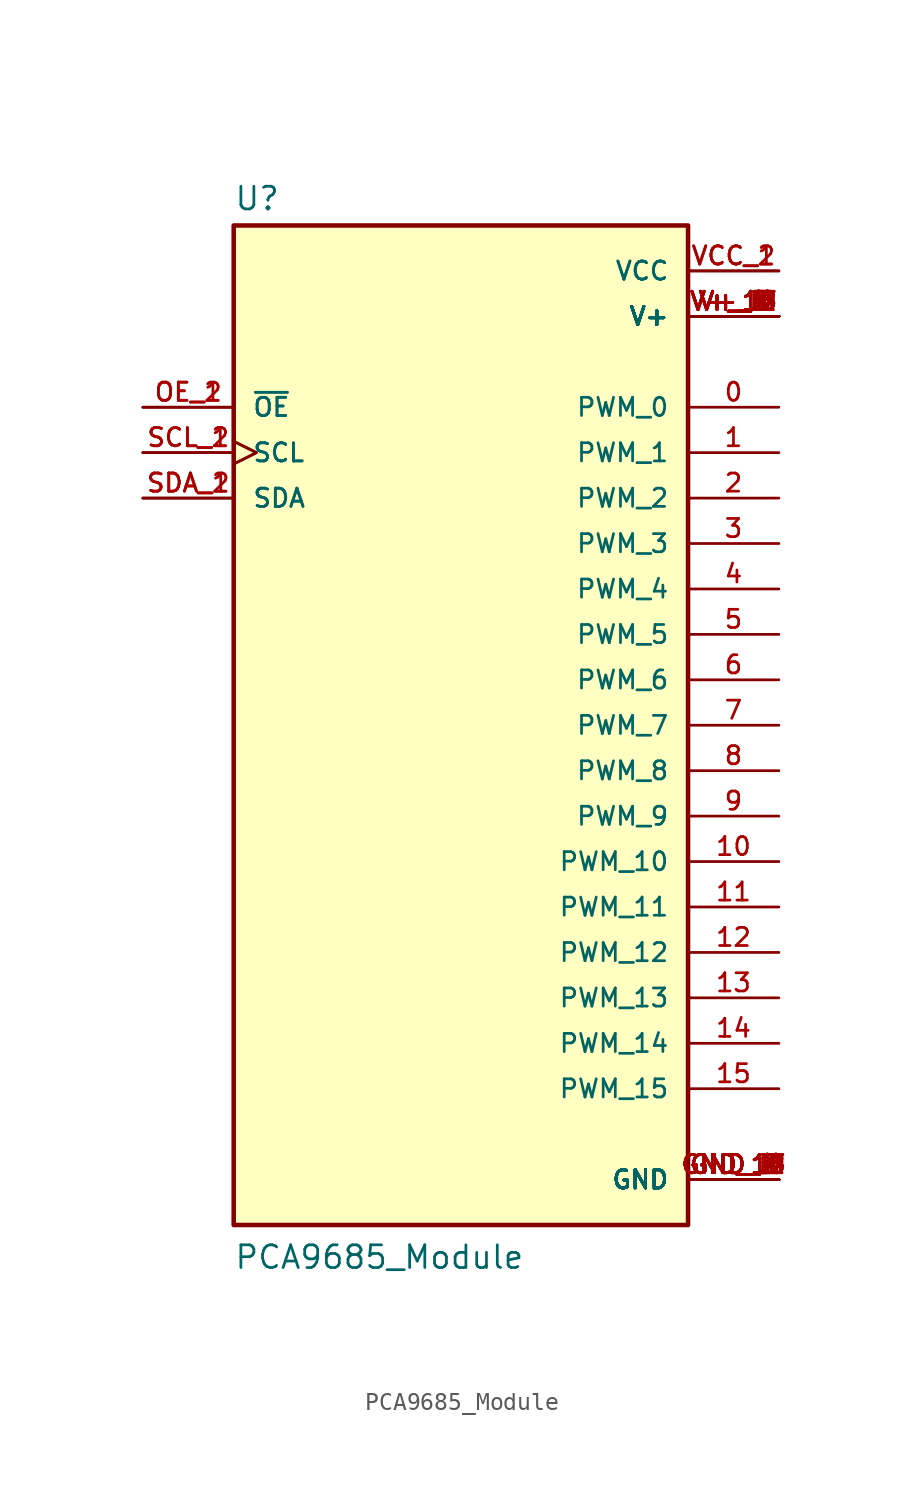
<source format=kicad_sym>
(kicad_symbol_lib
  (version 20220914)
  (generator kicad_symbol_editor)
  (symbol "PCA9685_Module"
    (pin_names
      (offset 1.016))
    (property "Reference" "U"
      (at -12.7 28.702 0)
      (effects (font (size 1.27 1.27)) (justify left bottom)))
    (property "Value" "PCA9685_Module"
      (at -12.7 -30.48 0)
      (effects (font (size 1.27 1.27)) (justify left bottom)))
    (symbol "PCA9685_Module_0_0"
      (rectangle (start -12.7 27.94) (end 12.7 -27.94) (stroke (width 0.254) (type default)) (fill (type background)))
      (pin output line (at 17.78 17.78 180) (length 5.08) (name "PWM_0" (effects (font (size 1.016 1.016)))) (number "0" (effects (font (size 1.016 1.016)))))
      (pin output line (at 17.78 15.24 180) (length 5.08) (name "PWM_1" (effects (font (size 1.016 1.016)))) (number "1" (effects (font (size 1.016 1.016)))))
      (pin output line (at 17.78 -7.62 180) (length 5.08) (name "PWM_10" (effects (font (size 1.016 1.016)))) (number "10" (effects (font (size 1.016 1.016)))))
      (pin output line (at 17.78 -10.16 180) (length 5.08) (name "PWM_11" (effects (font (size 1.016 1.016)))) (number "11" (effects (font (size 1.016 1.016)))))
      (pin output line (at 17.78 -12.7 180) (length 5.08) (name "PWM_12" (effects (font (size 1.016 1.016)))) (number "12" (effects (font (size 1.016 1.016)))))
      (pin output line (at 17.78 -15.24 180) (length 5.08) (name "PWM_13" (effects (font (size 1.016 1.016)))) (number "13" (effects (font (size 1.016 1.016)))))
      (pin output line (at 17.78 -17.78 180) (length 5.08) (name "PWM_14" (effects (font (size 1.016 1.016)))) (number "14" (effects (font (size 1.016 1.016)))))
      (pin output line (at 17.78 -20.32 180) (length 5.08) (name "PWM_15" (effects (font (size 1.016 1.016)))) (number "15" (effects (font (size 1.016 1.016)))))
      (pin output line (at 17.78 12.7 180) (length 5.08) (name "PWM_2" (effects (font (size 1.016 1.016)))) (number "2" (effects (font (size 1.016 1.016)))))
      (pin output line (at 17.78 10.16 180) (length 5.08) (name "PWM_3" (effects (font (size 1.016 1.016)))) (number "3" (effects (font (size 1.016 1.016)))))
      (pin output line (at 17.78 7.62 180) (length 5.08) (name "PWM_4" (effects (font (size 1.016 1.016)))) (number "4" (effects (font (size 1.016 1.016)))))
      (pin output line (at 17.78 5.08 180) (length 5.08) (name "PWM_5" (effects (font (size 1.016 1.016)))) (number "5" (effects (font (size 1.016 1.016)))))
      (pin output line (at 17.78 2.54 180) (length 5.08) (name "PWM_6" (effects (font (size 1.016 1.016)))) (number "6" (effects (font (size 1.016 1.016)))))
      (pin output line (at 17.78 0 180) (length 5.08) (name "PWM_7" (effects (font (size 1.016 1.016)))) (number "7" (effects (font (size 1.016 1.016)))))
      (pin output line (at 17.78 -2.54 180) (length 5.08) (name "PWM_8" (effects (font (size 1.016 1.016)))) (number "8" (effects (font (size 1.016 1.016)))))
      (pin output line (at 17.78 -5.08 180) (length 5.08) (name "PWM_9" (effects (font (size 1.016 1.016)))) (number "9" (effects (font (size 1.016 1.016)))))
      (pin power_in line (at 17.78 -25.4 180) (length 5.08) (name "GND" (effects (font (size 1.016 1.016)))) (number "GND_1" (effects (font (size 1.016 1.016)))))
      (pin power_in line (at 17.78 -25.4 180) (length 5.08) (name "GND" (effects (font (size 1.016 1.016)))) (number "GND_10" (effects (font (size 1.016 1.016)))))
      (pin power_in line (at 17.78 -25.4 180) (length 5.08) (name "GND" (effects (font (size 1.016 1.016)))) (number "GND_11" (effects (font (size 1.016 1.016)))))
      (pin power_in line (at 17.78 -25.4 180) (length 5.08) (name "GND" (effects (font (size 1.016 1.016)))) (number "GND_12" (effects (font (size 1.016 1.016)))))
      (pin power_in line (at 17.78 -25.4 180) (length 5.08) (name "GND" (effects (font (size 1.016 1.016)))) (number "GND_13" (effects (font (size 1.016 1.016)))))
      (pin power_in line (at 17.78 -25.4 180) (length 5.08) (name "GND" (effects (font (size 1.016 1.016)))) (number "GND_14" (effects (font (size 1.016 1.016)))))
      (pin power_in line (at 17.78 -25.4 180) (length 5.08) (name "GND" (effects (font (size 1.016 1.016)))) (number "GND_15" (effects (font (size 1.016 1.016)))))
      (pin power_in line (at 17.78 -25.4 180) (length 5.08) (name "GND" (effects (font (size 1.016 1.016)))) (number "GND_16" (effects (font (size 1.016 1.016)))))
      (pin power_in line (at 17.78 -25.4 180) (length 5.08) (name "GND" (effects (font (size 1.016 1.016)))) (number "GND_17" (effects (font (size 1.016 1.016)))))
      (pin power_in line (at 17.78 -25.4 180) (length 5.08) (name "GND" (effects (font (size 1.016 1.016)))) (number "GND_18" (effects (font (size 1.016 1.016)))))
      (pin power_in line (at 17.78 -25.4 180) (length 5.08) (name "GND" (effects (font (size 1.016 1.016)))) (number "GND_2" (effects (font (size 1.016 1.016)))))
      (pin power_in line (at 17.78 -25.4 180) (length 5.08) (name "GND" (effects (font (size 1.016 1.016)))) (number "GND_3" (effects (font (size 1.016 1.016)))))
      (pin power_in line (at 17.78 -25.4 180) (length 5.08) (name "GND" (effects (font (size 1.016 1.016)))) (number "GND_4" (effects (font (size 1.016 1.016)))))
      (pin power_in line (at 17.78 -25.4 180) (length 5.08) (name "GND" (effects (font (size 1.016 1.016)))) (number "GND_5" (effects (font (size 1.016 1.016)))))
      (pin power_in line (at 17.78 -25.4 180) (length 5.08) (name "GND" (effects (font (size 1.016 1.016)))) (number "GND_6" (effects (font (size 1.016 1.016)))))
      (pin power_in line (at 17.78 -25.4 180) (length 5.08) (name "GND" (effects (font (size 1.016 1.016)))) (number "GND_7" (effects (font (size 1.016 1.016)))))
      (pin power_in line (at 17.78 -25.4 180) (length 5.08) (name "GND" (effects (font (size 1.016 1.016)))) (number "GND_8" (effects (font (size 1.016 1.016)))))
      (pin power_in line (at 17.78 -25.4 180) (length 5.08) (name "GND" (effects (font (size 1.016 1.016)))) (number "GND_9" (effects (font (size 1.016 1.016)))))
      (pin input line (at -17.78 17.78 0) (length 5.08) (name "~{OE}" (effects (font (size 1.016 1.016)))) (number "OE_1" (effects (font (size 1.016 1.016)))))
      (pin input line (at -17.78 17.78 0) (length 5.08) (name "~{OE}" (effects (font (size 1.016 1.016)))) (number "OE_2" (effects (font (size 1.016 1.016)))))
      (pin input clock (at -17.78 15.24 0) (length 5.08) (name "SCL" (effects (font (size 1.016 1.016)))) (number "SCL_1" (effects (font (size 1.016 1.016)))))
      (pin input clock (at -17.78 15.24 0) (length 5.08) (name "SCL" (effects (font (size 1.016 1.016)))) (number "SCL_2" (effects (font (size 1.016 1.016)))))
      (pin bidirectional line (at -17.78 12.7 0) (length 5.08) (name "SDA" (effects (font (size 1.016 1.016)))) (number "SDA_1" (effects (font (size 1.016 1.016)))))
      (pin bidirectional line (at -17.78 12.7 0) (length 5.08) (name "SDA" (effects (font (size 1.016 1.016)))) (number "SDA_2" (effects (font (size 1.016 1.016)))))
      (pin power_in line (at 17.78 22.86 180) (length 5.08) (name "V+" (effects (font (size 1.016 1.016)))) (number "V+_1" (effects (font (size 1.016 1.016)))))
      (pin power_in line (at 17.78 22.86 180) (length 5.08) (name "V+" (effects (font (size 1.016 1.016)))) (number "V+_10" (effects (font (size 1.016 1.016)))))
      (pin power_in line (at 17.78 22.86 180) (length 5.08) (name "V+" (effects (font (size 1.016 1.016)))) (number "V+_11" (effects (font (size 1.016 1.016)))))
      (pin power_in line (at 17.78 22.86 180) (length 5.08) (name "V+" (effects (font (size 1.016 1.016)))) (number "V+_12" (effects (font (size 1.016 1.016)))))
      (pin power_in line (at 17.78 22.86 180) (length 5.08) (name "V+" (effects (font (size 1.016 1.016)))) (number "V+_13" (effects (font (size 1.016 1.016)))))
      (pin power_in line (at 17.78 22.86 180) (length 5.08) (name "V+" (effects (font (size 1.016 1.016)))) (number "V+_14" (effects (font (size 1.016 1.016)))))
      (pin power_in line (at 17.78 22.86 180) (length 5.08) (name "V+" (effects (font (size 1.016 1.016)))) (number "V+_15" (effects (font (size 1.016 1.016)))))
      (pin power_in line (at 17.78 22.86 180) (length 5.08) (name "V+" (effects (font (size 1.016 1.016)))) (number "V+_16" (effects (font (size 1.016 1.016)))))
      (pin power_in line (at 17.78 22.86 180) (length 5.08) (name "V+" (effects (font (size 1.016 1.016)))) (number "V+_17" (effects (font (size 1.016 1.016)))))
      (pin power_in line (at 17.78 22.86 180) (length 5.08) (name "V+" (effects (font (size 1.016 1.016)))) (number "V+_18" (effects (font (size 1.016 1.016)))))
      (pin power_in line (at 17.78 22.86 180) (length 5.08) (name "V+" (effects (font (size 1.016 1.016)))) (number "V+_2" (effects (font (size 1.016 1.016)))))
      (pin power_in line (at 17.78 22.86 180) (length 5.08) (name "V+" (effects (font (size 1.016 1.016)))) (number "V+_3" (effects (font (size 1.016 1.016)))))
      (pin power_in line (at 17.78 22.86 180) (length 5.08) (name "V+" (effects (font (size 1.016 1.016)))) (number "V+_4" (effects (font (size 1.016 1.016)))))
      (pin power_in line (at 17.78 22.86 180) (length 5.08) (name "V+" (effects (font (size 1.016 1.016)))) (number "V+_5" (effects (font (size 1.016 1.016)))))
      (pin power_in line (at 17.78 22.86 180) (length 5.08) (name "V+" (effects (font (size 1.016 1.016)))) (number "V+_6" (effects (font (size 1.016 1.016)))))
      (pin power_in line (at 17.78 22.86 180) (length 5.08) (name "V+" (effects (font (size 1.016 1.016)))) (number "V+_7" (effects (font (size 1.016 1.016)))))
      (pin power_in line (at 17.78 22.86 180) (length 5.08) (name "V+" (effects (font (size 1.016 1.016)))) (number "V+_8" (effects (font (size 1.016 1.016)))))
      (pin power_in line (at 17.78 22.86 180) (length 5.08) (name "V+" (effects (font (size 1.016 1.016)))) (number "V+_9" (effects (font (size 1.016 1.016)))))
      (pin power_in line (at 17.78 25.4 180) (length 5.08) (name "VCC" (effects (font (size 1.016 1.016)))) (number "VCC_1" (effects (font (size 1.016 1.016)))))
      (pin power_in line (at 17.78 25.4 180) (length 5.08) (name "VCC" (effects (font (size 1.016 1.016)))) (number "VCC_2" (effects (font (size 1.016 1.016))))))))
</source>
